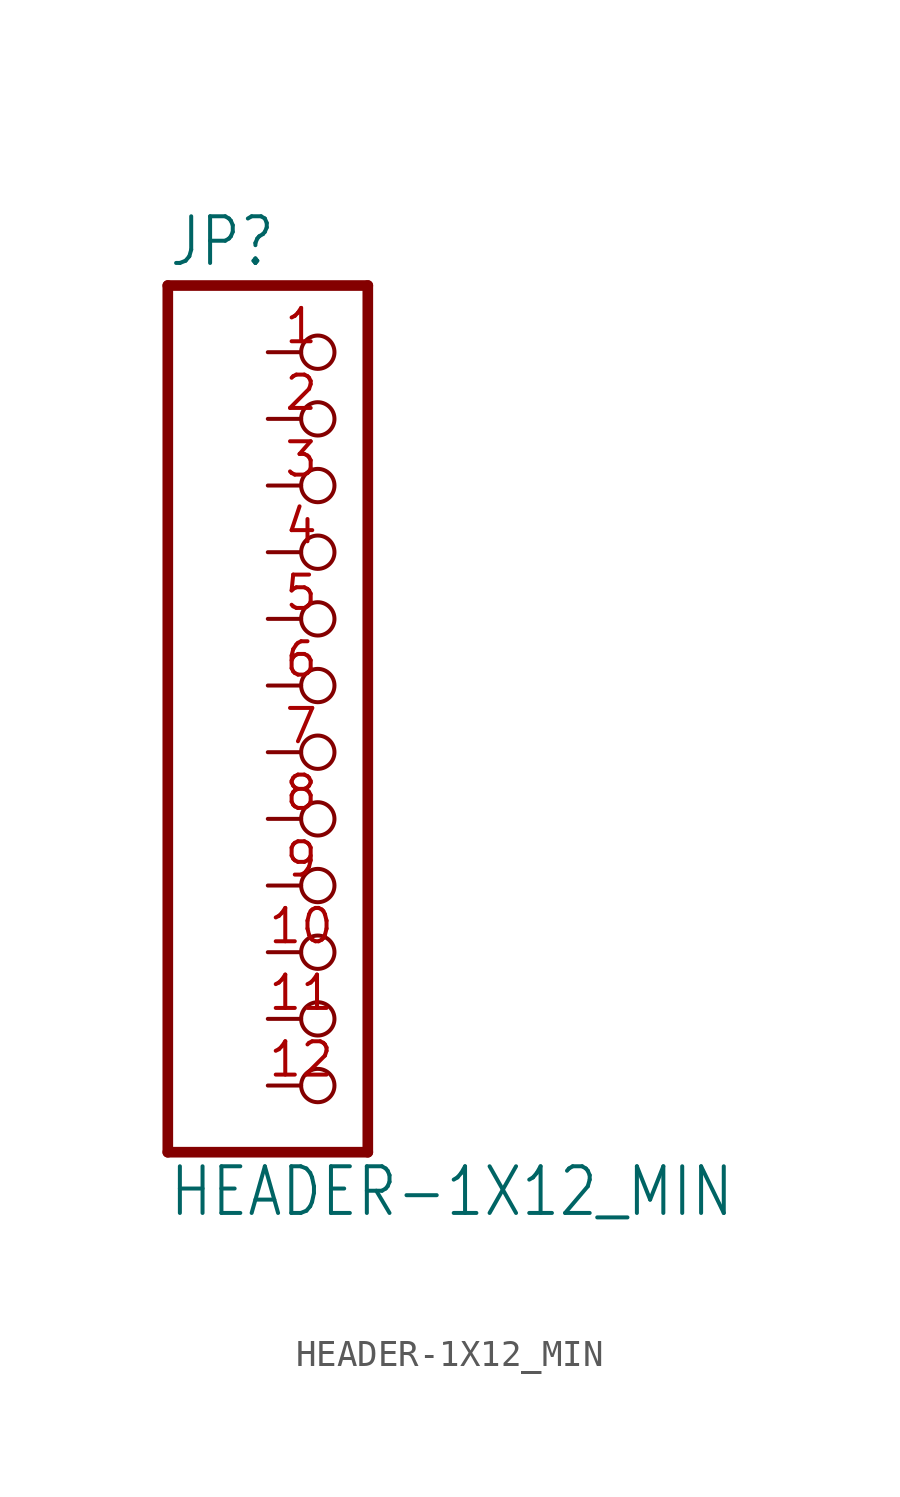
<source format=kicad_sym>
(kicad_symbol_lib
  (version 20211014)
  (generator kicad_symbol_editor)
  (symbol "HEADER-1X12_MIN"
    (property "Reference" "JP"
      (at -6.35 18.415 0)
      (effects (font (size 1.778 1.511)) (justify left bottom)))
    (property "Value" "HEADER-1X12_MIN"
      (at -6.35 -17.78 0)
      (effects (font (size 1.778 1.511)) (justify left bottom)))
    (property "ki_locked" ""
      (at 0 0 0)
      (effects (font (size 1.27 1.27))))
    (symbol "HEADER-1X12_MIN_1_0"
      (polyline (pts (xy -6.35 -15.24) (xy 1.27 -15.24)) (stroke (width 0.406) (type default) (color 0 0 0 0)) (fill (type none)))
      (polyline (pts (xy -6.35 17.78) (xy -6.35 -15.24)) (stroke (width 0.406) (type default) (color 0 0 0 0)) (fill (type none)))
      (polyline (pts (xy 1.27 -15.24) (xy 1.27 17.78)) (stroke (width 0.406) (type default) (color 0 0 0 0)) (fill (type none)))
      (polyline (pts (xy 1.27 17.78) (xy -6.35 17.78)) (stroke (width 0.406) (type default) (color 0 0 0 0)) (fill (type none)))
      (pin passive inverted (at -2.54 15.24 0) (length 2.54) (name "1" (effects (font (size 0 0)))) (number "1" (effects (font (size 1.27 1.27)))))
      (pin passive inverted (at -2.54 -7.62 0) (length 2.54) (name "10" (effects (font (size 0 0)))) (number "10" (effects (font (size 1.27 1.27)))))
      (pin passive inverted (at -2.54 -10.16 0) (length 2.54) (name "11" (effects (font (size 0 0)))) (number "11" (effects (font (size 1.27 1.27)))))
      (pin passive inverted (at -2.54 -12.7 0) (length 2.54) (name "12" (effects (font (size 0 0)))) (number "12" (effects (font (size 1.27 1.27)))))
      (pin passive inverted (at -2.54 12.7 0) (length 2.54) (name "2" (effects (font (size 0 0)))) (number "2" (effects (font (size 1.27 1.27)))))
      (pin passive inverted (at -2.54 10.16 0) (length 2.54) (name "3" (effects (font (size 0 0)))) (number "3" (effects (font (size 1.27 1.27)))))
      (pin passive inverted (at -2.54 7.62 0) (length 2.54) (name "4" (effects (font (size 0 0)))) (number "4" (effects (font (size 1.27 1.27)))))
      (pin passive inverted (at -2.54 5.08 0) (length 2.54) (name "5" (effects (font (size 0 0)))) (number "5" (effects (font (size 1.27 1.27)))))
      (pin passive inverted (at -2.54 2.54 0) (length 2.54) (name "6" (effects (font (size 0 0)))) (number "6" (effects (font (size 1.27 1.27)))))
      (pin passive inverted (at -2.54 0 0) (length 2.54) (name "7" (effects (font (size 0 0)))) (number "7" (effects (font (size 1.27 1.27)))))
      (pin passive inverted (at -2.54 -2.54 0) (length 2.54) (name "8" (effects (font (size 0 0)))) (number "8" (effects (font (size 1.27 1.27)))))
      (pin passive inverted (at -2.54 -5.08 0) (length 2.54) (name "9" (effects (font (size 0 0)))) (number "9" (effects (font (size 1.27 1.27))))))))
</source>
